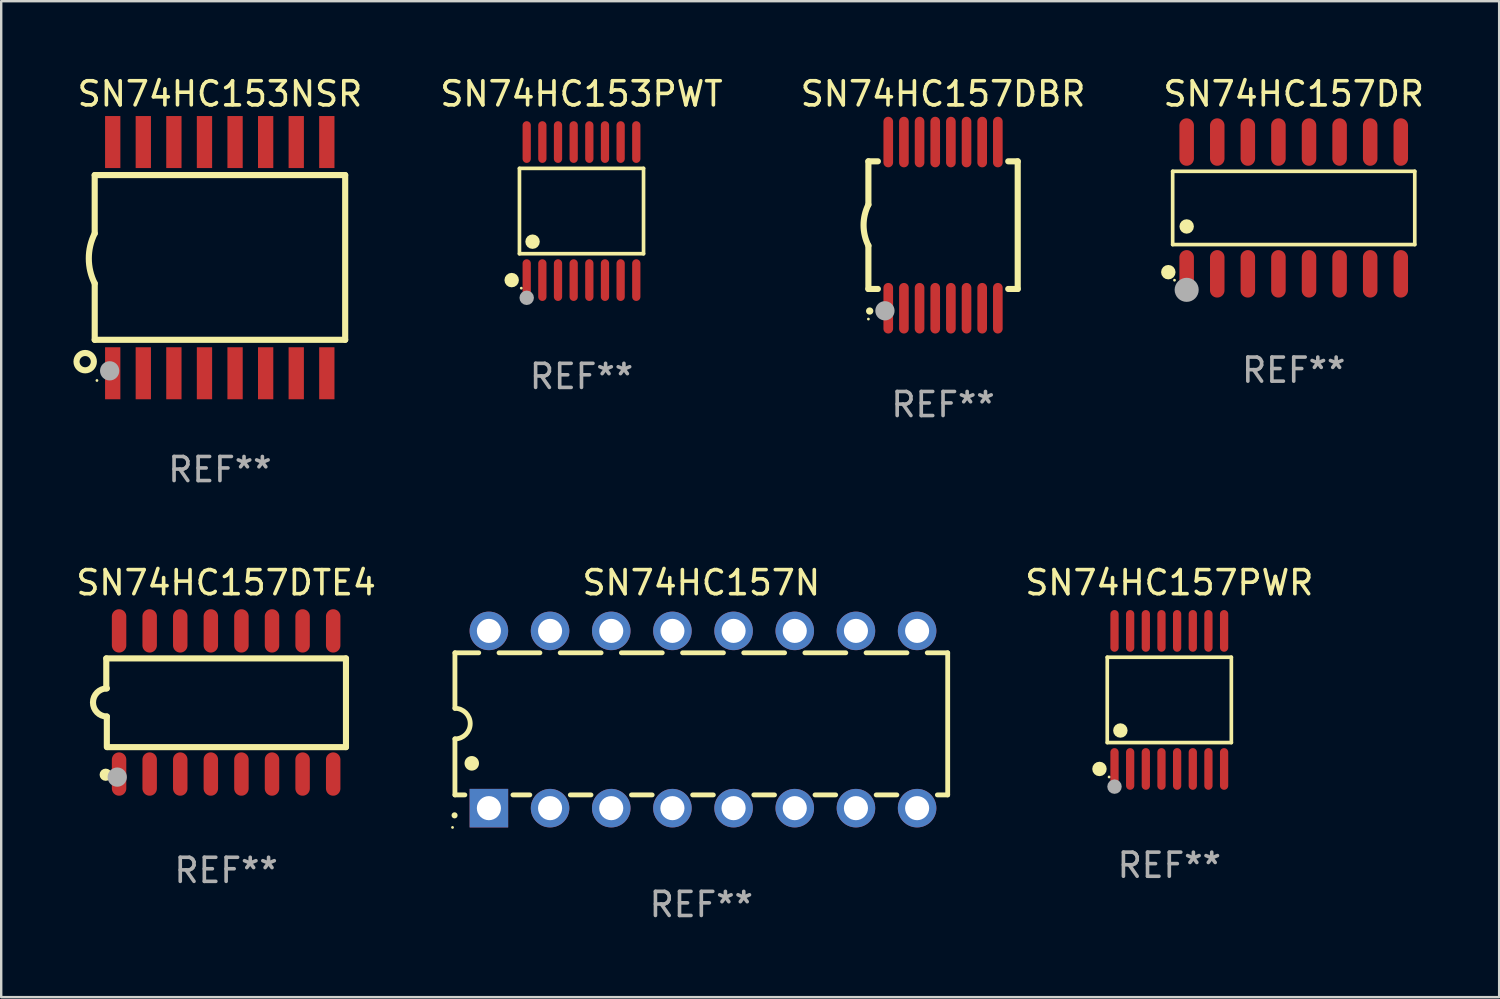
<source format=kicad_pcb>
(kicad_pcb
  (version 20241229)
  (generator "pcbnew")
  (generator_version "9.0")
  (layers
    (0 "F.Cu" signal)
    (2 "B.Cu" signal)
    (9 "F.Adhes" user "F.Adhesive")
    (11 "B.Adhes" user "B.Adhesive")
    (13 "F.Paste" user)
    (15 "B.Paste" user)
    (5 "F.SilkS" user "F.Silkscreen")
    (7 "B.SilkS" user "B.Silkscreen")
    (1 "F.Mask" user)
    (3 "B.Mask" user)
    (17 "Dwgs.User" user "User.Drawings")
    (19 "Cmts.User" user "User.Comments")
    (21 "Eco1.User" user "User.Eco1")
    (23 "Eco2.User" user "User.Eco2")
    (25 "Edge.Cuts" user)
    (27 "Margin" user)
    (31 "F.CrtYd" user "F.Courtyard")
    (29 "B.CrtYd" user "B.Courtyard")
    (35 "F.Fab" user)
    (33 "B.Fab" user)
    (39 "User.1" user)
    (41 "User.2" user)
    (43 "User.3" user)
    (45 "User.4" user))
  (footprint "SN74HC157DTE4"
    (layer "F.Cu")
    (at 6.339 26.117)
    (property "Reference" "SN74HC157DTE4" (at 0 -4.972 0) (layer "F.SilkS") (effects (font (size 1 1) (thickness 0.15))))
    (attr through_hole)
    (fp_line (start -4.976 -1.829) (end -4.976 -0.584) (stroke (width 0.254) (type solid)) (layer "F.SilkS"))
    (fp_line (start -4.953 0.584) (end -4.953 1.854) (stroke (width 0.254) (type solid)) (layer "F.SilkS"))
    (fp_line (start -4.928 1.854) (end 4.976 1.854) (stroke (width 0.254) (type solid)) (layer "F.SilkS"))
    (fp_line (start 4.976 -1.829) (end -4.976 -1.829) (stroke (width 0.254) (type solid)) (layer "F.SilkS"))
    (fp_line (start 4.976 1.854) (end 4.976 -1.829) (stroke (width 0.254) (type solid)) (layer "F.SilkS"))
    (fp_arc (start -4.95301 0.584201) (mid -5.533866 -0.00152) (end -4.950088 -0.584329) (stroke (width 0.254001) (type solid)) (layer "F.SilkS"))
    (fp_circle (center -5 3) (end -4.873 3) (stroke (width 0.254) (type solid)) (fill no) (layer "F.SilkS"))
    (fp_circle (center -4.521 3.099) (end -4.321 3.099) (stroke (width 0.4) (type solid)) (fill no) (layer "F.Fab"))
    (fp_text user "REF**" (at 0 6.972 0) (layer "F.Fab") (effects (font (size 1 1) (thickness 0.15))))
    (pad "1" smd oval (at -4.445 2.972 180) (size 0.6 1.8) (layers "F.Cu" "F.Mask" "F.Paste"))
    (pad "2" smd oval (at -3.175 2.972 180) (size 0.6 1.8) (layers "F.Cu" "F.Mask" "F.Paste"))
    (pad "3" smd oval (at -1.905 2.972 180) (size 0.6 1.8) (layers "F.Cu" "F.Mask" "F.Paste"))
    (pad "4" smd oval (at -0.635 2.972 180) (size 0.6 1.8) (layers "F.Cu" "F.Mask" "F.Paste"))
    (pad "5" smd oval (at 0.635 2.972 180) (size 0.6 1.8) (layers "F.Cu" "F.Mask" "F.Paste"))
    (pad "6" smd oval (at 1.905 2.972 180) (size 0.6 1.8) (layers "F.Cu" "F.Mask" "F.Paste"))
    (pad "7" smd oval (at 3.175 2.972 180) (size 0.6 1.8) (layers "F.Cu" "F.Mask" "F.Paste"))
    (pad "8" smd oval (at 4.445 2.972 180) (size 0.6 1.8) (layers "F.Cu" "F.Mask" "F.Paste"))
    (pad "9" smd oval (at 4.445 -2.972 180) (size 0.6 1.8) (layers "F.Cu" "F.Mask" "F.Paste"))
    (pad "10" smd oval (at 3.175 -2.972 180) (size 0.6 1.8) (layers "F.Cu" "F.Mask" "F.Paste"))
    (pad "11" smd oval (at 1.905 -2.972 180) (size 0.6 1.8) (layers "F.Cu" "F.Mask" "F.Paste"))
    (pad "12" smd oval (at 0.635 -2.972 180) (size 0.6 1.8) (layers "F.Cu" "F.Mask" "F.Paste"))
    (pad "13" smd oval (at -0.635 -2.972 180) (size 0.6 1.8) (layers "F.Cu" "F.Mask" "F.Paste"))
    (pad "14" smd oval (at -1.905 -2.972 180) (size 0.6 1.8) (layers "F.Cu" "F.Mask" "F.Paste"))
    (pad "15" smd oval (at -3.175 -2.972 180) (size 0.6 1.8) (layers "F.Cu" "F.Mask" "F.Paste"))
    (pad "16" smd oval (at -4.445 -2.972 180) (size 0.6 1.8) (layers "F.Cu" "F.Mask" "F.Paste")))
  (footprint "SN74HC157PWR"
    (layer "F.Cu")
    (at 45.5 26.011)
    (property "Reference" "SN74HC157PWR" (at 0 -4.866 0) (layer "F.SilkS") (effects (font (size 1 1) (thickness 0.15))))
    (attr through_hole)
    (fp_line (start -2.576 -1.772) (end 2.576 -1.772) (stroke (width 0.152) (type solid)) (layer "F.SilkS"))
    (fp_line (start -2.576 1.771) (end -2.576 -1.772) (stroke (width 0.152) (type solid)) (layer "F.SilkS"))
    (fp_line (start 2.576 -1.772) (end 2.576 1.771) (stroke (width 0.152) (type solid)) (layer "F.SilkS"))
    (fp_line (start 2.576 1.771) (end -2.576 1.771) (stroke (width 0.152) (type solid)) (layer "F.SilkS"))
    (fp_circle (center -2.899 2.866) (end -2.749 2.866) (stroke (width 0.3) (type solid)) (fill no) (layer "F.SilkS"))
    (fp_circle (center -2.5 3.2) (end -2.47 3.2) (stroke (width 0.06) (type solid)) (fill no) (layer "F.SilkS"))
    (fp_circle (center -2.032 1.27) (end -1.882 1.27) (stroke (width 0.3) (type solid)) (fill no) (layer "F.SilkS"))
    (fp_circle (center -2.275 3.6) (end -2.125 3.6) (stroke (width 0.3) (type solid)) (fill no) (layer "F.Fab"))
    (fp_text user "REF**" (at 0 6.866 0) (layer "F.Fab") (effects (font (size 1 1) (thickness 0.15))))
    (pad "1" smd oval (at -2.275 2.866) (size 0.343 1.731) (layers "F.Cu" "F.Mask" "F.Paste"))
    (pad "2" smd oval (at -1.625 2.866) (size 0.343 1.731) (layers "F.Cu" "F.Mask" "F.Paste"))
    (pad "3" smd oval (at -0.975 2.866) (size 0.343 1.731) (layers "F.Cu" "F.Mask" "F.Paste"))
    (pad "4" smd oval (at -0.325 2.866) (size 0.343 1.731) (layers "F.Cu" "F.Mask" "F.Paste"))
    (pad "5" smd oval (at 0.325 2.866) (size 0.343 1.731) (layers "F.Cu" "F.Mask" "F.Paste"))
    (pad "6" smd oval (at 0.975 2.866) (size 0.343 1.731) (layers "F.Cu" "F.Mask" "F.Paste"))
    (pad "7" smd oval (at 1.625 2.866) (size 0.343 1.731) (layers "F.Cu" "F.Mask" "F.Paste"))
    (pad "8" smd oval (at 2.275 2.866) (size 0.343 1.731) (layers "F.Cu" "F.Mask" "F.Paste"))
    (pad "9" smd oval (at 2.275 -2.866) (size 0.343 1.731) (layers "F.Cu" "F.Mask" "F.Paste"))
    (pad "10" smd oval (at 1.625 -2.866) (size 0.343 1.731) (layers "F.Cu" "F.Mask" "F.Paste"))
    (pad "11" smd oval (at 0.975 -2.866) (size 0.343 1.731) (layers "F.Cu" "F.Mask" "F.Paste"))
    (pad "12" smd oval (at 0.325 -2.866) (size 0.343 1.731) (layers "F.Cu" "F.Mask" "F.Paste"))
    (pad "13" smd oval (at -0.325 -2.866) (size 0.343 1.731) (layers "F.Cu" "F.Mask" "F.Paste"))
    (pad "14" smd oval (at -0.975 -2.866) (size 0.343 1.731) (layers "F.Cu" "F.Mask" "F.Paste"))
    (pad "15" smd oval (at -1.625 -2.866) (size 0.343 1.731) (layers "F.Cu" "F.Mask" "F.Paste"))
    (pad "16" smd oval (at -2.275 -2.866) (size 0.343 1.731) (layers "F.Cu" "F.Mask" "F.Paste")))
  (footprint "SN74HC157DBR"
    (layer "F.Cu")
    (at 36.106 6.298)
    (property "Reference" "SN74HC157DBR" (at 0 -5.45 0) (layer "F.SilkS") (effects (font (size 1 1) (thickness 0.15))))
    (attr through_hole)
    (fp_line (start -3.1 -2.65) (end -3.1 -0.85) (stroke (width 0.254) (type solid)) (layer "F.SilkS"))
    (fp_line (start -3.1 -2.65) (end -2.706 -2.65) (stroke (width 0.254) (type solid)) (layer "F.SilkS"))
    (fp_line (start -3.1 2.65) (end -3.1 0.85) (stroke (width 0.254) (type solid)) (layer "F.SilkS"))
    (fp_line (start -3.1 2.65) (end -2.706 2.65) (stroke (width 0.254) (type solid)) (layer "F.SilkS"))
    (fp_line (start 2.706 -2.65) (end 3.1 -2.65) (stroke (width 0.254) (type solid)) (layer "F.SilkS"))
    (fp_line (start 2.706 2.65) (end 3.1 2.65) (stroke (width 0.254) (type solid)) (layer "F.SilkS"))
    (fp_line (start 3.1 -2.65) (end 3.1 2.65) (stroke (width 0.254) (type solid)) (layer "F.SilkS"))
    (fp_arc (start -3.098907 0.850902) (mid -3.300057 0.000523) (end -3.1 -0.850114) (stroke (width 0.254001) (type solid)) (layer "F.SilkS"))
    (fp_arc (start -3.048006 3.566066) (mid -3.046736 3.566061) (end -3.045466 3.566066) (stroke (width 0.3) (type solid)) (layer "F.SilkS"))
    (fp_circle (center -3.1 3.9) (end -3.07 3.9) (stroke (width 0.06) (type solid)) (fill no) (layer "F.SilkS"))
    (fp_circle (center -2.413 3.556) (end -2.213 3.556) (stroke (width 0.4) (type solid)) (fill no) (layer "F.Fab"))
    (fp_text user "REF**" (at 0 7.45 0) (layer "F.Fab") (effects (font (size 1 1) (thickness 0.15))))
    (pad "1" smd oval (at -2.275 3.45 180) (size 0.4 2.1) (layers "F.Cu" "F.Mask" "F.Paste"))
    (pad "2" smd oval (at -1.625 3.45 180) (size 0.4 2.1) (layers "F.Cu" "F.Mask" "F.Paste"))
    (pad "3" smd oval (at -0.975 3.45 180) (size 0.4 2.1) (layers "F.Cu" "F.Mask" "F.Paste"))
    (pad "4" smd oval (at -0.325 3.45 180) (size 0.4 2.1) (layers "F.Cu" "F.Mask" "F.Paste"))
    (pad "5" smd oval (at 0.325 3.45 180) (size 0.4 2.1) (layers "F.Cu" "F.Mask" "F.Paste"))
    (pad "6" smd oval (at 0.975 3.45 180) (size 0.4 2.1) (layers "F.Cu" "F.Mask" "F.Paste"))
    (pad "7" smd oval (at 1.625 3.45 180) (size 0.4 2.1) (layers "F.Cu" "F.Mask" "F.Paste"))
    (pad "8" smd oval (at 2.275 3.45 180) (size 0.4 2.1) (layers "F.Cu" "F.Mask" "F.Paste"))
    (pad "9" smd oval (at 2.275 -3.45 180) (size 0.4 2.1) (layers "F.Cu" "F.Mask" "F.Paste"))
    (pad "10" smd oval (at 1.625 -3.45 180) (size 0.4 2.1) (layers "F.Cu" "F.Mask" "F.Paste"))
    (pad "11" smd oval (at 0.975 -3.45 180) (size 0.4 2.1) (layers "F.Cu" "F.Mask" "F.Paste"))
    (pad "12" smd oval (at 0.325 -3.45 180) (size 0.4 2.1) (layers "F.Cu" "F.Mask" "F.Paste"))
    (pad "13" smd oval (at -0.325 -3.45 180) (size 0.4 2.1) (layers "F.Cu" "F.Mask" "F.Paste"))
    (pad "14" smd oval (at -0.975 -3.45 180) (size 0.4 2.1) (layers "F.Cu" "F.Mask" "F.Paste"))
    (pad "15" smd oval (at -1.625 -3.45 180) (size 0.4 2.1) (layers "F.Cu" "F.Mask" "F.Paste"))
    (pad "16" smd oval (at -2.275 -3.45 180) (size 0.4 2.1) (layers "F.Cu" "F.Mask" "F.Paste")))
  (footprint "SN74HC157N"
    (layer "F.Cu")
    (at 26.069 26.825)
    (property "Reference" "SN74HC157N" (at 0 -5.68 0) (layer "F.SilkS") (effects (font (size 1 1) (thickness 0.15))))
    (attr through_hole)
    (fp_line (start -10.23 -2.77) (end -10.23 -0.465) (stroke (width 0.2) (type solid)) (layer "F.SilkS"))
    (fp_line (start -10.23 -2.77) (end -9.241 -2.77) (stroke (width 0.2) (type solid)) (layer "F.SilkS"))
    (fp_line (start -10.23 3.13) (end -10.23 0.805) (stroke (width 0.2) (type solid)) (layer "F.SilkS"))
    (fp_line (start -10.23 3.13) (end -9.818 3.13) (stroke (width 0.2) (type solid)) (layer "F.SilkS"))
    (fp_line (start -8.399 -2.77) (end -6.701 -2.77) (stroke (width 0.2) (type solid)) (layer "F.SilkS"))
    (fp_line (start -7.822 3.13) (end -7.12 3.13) (stroke (width 0.2) (type solid)) (layer "F.SilkS"))
    (fp_line (start -5.859 -2.77) (end -4.161 -2.77) (stroke (width 0.2) (type solid)) (layer "F.SilkS"))
    (fp_line (start -5.44 3.13) (end -4.58 3.13) (stroke (width 0.2) (type solid)) (layer "F.SilkS"))
    (fp_line (start -3.319 -2.77) (end -1.621 -2.77) (stroke (width 0.2) (type solid)) (layer "F.SilkS"))
    (fp_line (start -2.9 3.13) (end -2.04 3.13) (stroke (width 0.2) (type solid)) (layer "F.SilkS"))
    (fp_line (start -0.779 -2.77) (end 0.919 -2.77) (stroke (width 0.2) (type solid)) (layer "F.SilkS"))
    (fp_line (start -0.36 3.13) (end 0.5 3.13) (stroke (width 0.2) (type solid)) (layer "F.SilkS"))
    (fp_line (start 1.761 -2.77) (end 3.459 -2.77) (stroke (width 0.2) (type solid)) (layer "F.SilkS"))
    (fp_line (start 2.18 3.13) (end 3.04 3.13) (stroke (width 0.2) (type solid)) (layer "F.SilkS"))
    (fp_line (start 4.301 -2.77) (end 5.999 -2.77) (stroke (width 0.2) (type solid)) (layer "F.SilkS"))
    (fp_line (start 4.72 3.13) (end 5.58 3.13) (stroke (width 0.2) (type solid)) (layer "F.SilkS"))
    (fp_line (start 6.841 -2.77) (end 8.539 -2.77) (stroke (width 0.2) (type solid)) (layer "F.SilkS"))
    (fp_line (start 7.26 3.13) (end 8.12 3.13) (stroke (width 0.2) (type solid)) (layer "F.SilkS"))
    (fp_line (start 9.381 -2.77) (end 10.23 -2.77) (stroke (width 0.2) (type solid)) (layer "F.SilkS"))
    (fp_line (start 10.23 -2.77) (end 10.23 3.13) (stroke (width 0.2) (type solid)) (layer "F.SilkS"))
    (fp_line (start 10.23 3.13) (end 9.8 3.13) (stroke (width 0.2) (type solid)) (layer "F.SilkS"))
    (fp_arc (start -10.244983 3.979934) (mid -10.24499 3.978664) (end -10.244983 3.977394) (stroke (width 0.25) (type solid)) (layer "F.SilkS"))
    (fp_arc (start -10.229743 -0.465076) (mid -9.594741 0.169926) (end -10.229743 0.804928) (stroke (width 0.2) (type solid)) (layer "F.SilkS"))
    (fp_arc (start -9.531242 1.82093) (mid -9.531253 1.81839) (end -9.531242 1.81585) (stroke (width 0.6) (type solid)) (layer "F.SilkS"))
    (fp_circle (center -10.33 4.48) (end -10.3 4.48) (stroke (width 0.06) (type solid)) (fill no) (layer "F.SilkS"))
    (fp_text user "REF**" (at 0 7.68 0) (layer "F.Fab") (effects (font (size 1 1) (thickness 0.15))))
    (pad "1" thru_hole rect (at -8.82 3.68) (size 1.6 1.6) (drill 1) (layers "*.Cu" "*.Mask"))
    (pad "2" thru_hole circle (at -6.28 3.68) (size 1.6 1.6) (drill 1) (layers "*.Cu" "*.Mask"))
    (pad "3" thru_hole circle (at -3.74 3.68) (size 1.6 1.6) (drill 1) (layers "*.Cu" "*.Mask"))
    (pad "4" thru_hole circle (at -1.2 3.68) (size 1.6 1.6) (drill 1) (layers "*.Cu" "*.Mask"))
    (pad "5" thru_hole circle (at 1.34 3.68) (size 1.6 1.6) (drill 1) (layers "*.Cu" "*.Mask"))
    (pad "6" thru_hole circle (at 3.88 3.68) (size 1.6 1.6) (drill 1) (layers "*.Cu" "*.Mask"))
    (pad "7" thru_hole circle (at 6.42 3.68) (size 1.6 1.6) (drill 1) (layers "*.Cu" "*.Mask"))
    (pad "8" thru_hole circle (at 8.96 3.68) (size 1.6 1.6) (drill 1) (layers "*.Cu" "*.Mask"))
    (pad "9" thru_hole circle (at 8.96 -3.68) (size 1.6 1.6) (drill 1) (layers "*.Cu" "*.Mask"))
    (pad "10" thru_hole circle (at 6.42 -3.68) (size 1.6 1.6) (drill 1) (layers "*.Cu" "*.Mask"))
    (pad "11" thru_hole circle (at 3.88 -3.68) (size 1.6 1.6) (drill 1) (layers "*.Cu" "*.Mask"))
    (pad "12" thru_hole circle (at 1.34 -3.68) (size 1.6 1.6) (drill 1) (layers "*.Cu" "*.Mask"))
    (pad "13" thru_hole circle (at -1.2 -3.68) (size 1.6 1.6) (drill 1) (layers "*.Cu" "*.Mask"))
    (pad "14" thru_hole circle (at -3.74 -3.68) (size 1.6 1.6) (drill 1) (layers "*.Cu" "*.Mask"))
    (pad "15" thru_hole circle (at -6.28 -3.68) (size 1.6 1.6) (drill 1) (layers "*.Cu" "*.Mask"))
    (pad "16" thru_hole circle (at -8.82 -3.68) (size 1.6 1.6) (drill 1) (layers "*.Cu" "*.Mask")))
  (footprint "SN74HC153NSR"
    (layer "F.Cu")
    (at 6.082 7.648)
    (property "Reference" "SN74HC153NSR" (at 0 -6.8 0) (layer "F.SilkS") (effects (font (size 1 1) (thickness 0.15))))
    (attr through_hole)
    (fp_line (start -5.2 -3.429) (end -5.2 -1.005) (stroke (width 0.254) (type solid)) (layer "F.SilkS"))
    (fp_line (start -5.2 -3.429) (end 5.2 -3.429) (stroke (width 0.254) (type solid)) (layer "F.SilkS"))
    (fp_line (start -5.2 3.411) (end 5.2 3.411) (stroke (width 0.254) (type solid)) (layer "F.SilkS"))
    (fp_line (start -5.199 1.071) (end -5.199 3.411) (stroke (width 0.254) (type solid)) (layer "F.SilkS"))
    (fp_line (start 5.2 -3.429) (end 5.2 3.411) (stroke (width 0.254) (type solid)) (layer "F.SilkS"))
    (fp_arc (start -5.199391 1.07079) (mid -5.444637 0.032863) (end -5.2 -1.005207) (stroke (width 0.254001) (type solid)) (layer "F.SilkS"))
    (fp_circle (center -5.595 4.318) (end -5.235 4.318) (stroke (width 0.254) (type solid)) (fill no) (layer "F.SilkS"))
    (fp_circle (center -5.107 5.1) (end -5.077 5.1) (stroke (width 0.06) (type solid)) (fill no) (layer "F.SilkS"))
    (fp_circle (center -4.579 4.699) (end -4.379 4.699) (stroke (width 0.4) (type solid)) (fill no) (layer "F.Fab"))
    (fp_text user "REF**" (at 0 8.8 0) (layer "F.Fab") (effects (font (size 1 1) (thickness 0.15))))
    (pad "1" smd rect (at -4.452 4.8) (size 0.635 2.16) (layers "F.Cu" "F.Mask" "F.Paste"))
    (pad "2" smd rect (at -3.182 4.8) (size 0.635 2.16) (layers "F.Cu" "F.Mask" "F.Paste"))
    (pad "3" smd rect (at -1.912 4.8) (size 0.635 2.16) (layers "F.Cu" "F.Mask" "F.Paste"))
    (pad "4" smd rect (at -0.642 4.8) (size 0.635 2.16) (layers "F.Cu" "F.Mask" "F.Paste"))
    (pad "5" smd rect (at 0.628 4.8) (size 0.635 2.16) (layers "F.Cu" "F.Mask" "F.Paste"))
    (pad "6" smd rect (at 1.898 4.8) (size 0.635 2.16) (layers "F.Cu" "F.Mask" "F.Paste"))
    (pad "7" smd rect (at 3.168 4.8) (size 0.635 2.16) (layers "F.Cu" "F.Mask" "F.Paste"))
    (pad "8" smd rect (at 4.438 4.8) (size 0.635 2.16) (layers "F.Cu" "F.Mask" "F.Paste"))
    (pad "9" smd rect (at 4.438 -4.8) (size 0.635 2.16) (layers "F.Cu" "F.Mask" "F.Paste"))
    (pad "10" smd rect (at 3.168 -4.8) (size 0.635 2.16) (layers "F.Cu" "F.Mask" "F.Paste"))
    (pad "11" smd rect (at 1.898 -4.8) (size 0.635 2.16) (layers "F.Cu" "F.Mask" "F.Paste"))
    (pad "12" smd rect (at 0.628 -4.8) (size 0.635 2.16) (layers "F.Cu" "F.Mask" "F.Paste"))
    (pad "13" smd rect (at -0.642 -4.8) (size 0.635 2.16) (layers "F.Cu" "F.Mask" "F.Paste"))
    (pad "14" smd rect (at -1.912 -4.8) (size 0.635 2.16) (layers "F.Cu" "F.Mask" "F.Paste"))
    (pad "15" smd rect (at -3.182 -4.8) (size 0.635 2.16) (layers "F.Cu" "F.Mask" "F.Paste"))
    (pad "16" smd rect (at -4.452 -4.8) (size 0.635 2.16) (layers "F.Cu" "F.Mask" "F.Paste")))
  (footprint "SN74HC153PWT"
    (layer "F.Cu")
    (at 21.094 5.714)
    (property "Reference" "SN74HC153PWT" (at 0 -4.866 0) (layer "F.SilkS") (effects (font (size 1 1) (thickness 0.15))))
    (attr through_hole)
    (fp_line (start -2.576 -1.772) (end 2.576 -1.772) (stroke (width 0.152) (type solid)) (layer "F.SilkS"))
    (fp_line (start -2.576 1.771) (end -2.576 -1.772) (stroke (width 0.152) (type solid)) (layer "F.SilkS"))
    (fp_line (start 2.576 -1.772) (end 2.576 1.771) (stroke (width 0.152) (type solid)) (layer "F.SilkS"))
    (fp_line (start 2.576 1.771) (end -2.576 1.771) (stroke (width 0.152) (type solid)) (layer "F.SilkS"))
    (fp_circle (center -2.899 2.866) (end -2.749 2.866) (stroke (width 0.3) (type solid)) (fill no) (layer "F.SilkS"))
    (fp_circle (center -2.5 3.2) (end -2.47 3.2) (stroke (width 0.06) (type solid)) (fill no) (layer "F.SilkS"))
    (fp_circle (center -2.032 1.27) (end -1.882 1.27) (stroke (width 0.3) (type solid)) (fill no) (layer "F.SilkS"))
    (fp_circle (center -2.275 3.6) (end -2.125 3.6) (stroke (width 0.3) (type solid)) (fill no) (layer "F.Fab"))
    (fp_text user "REF**" (at 0 6.866 0) (layer "F.Fab") (effects (font (size 1 1) (thickness 0.15))))
    (pad "1" smd oval (at -2.275 2.866) (size 0.343 1.731) (layers "F.Cu" "F.Mask" "F.Paste"))
    (pad "2" smd oval (at -1.625 2.866) (size 0.343 1.731) (layers "F.Cu" "F.Mask" "F.Paste"))
    (pad "3" smd oval (at -0.975 2.866) (size 0.343 1.731) (layers "F.Cu" "F.Mask" "F.Paste"))
    (pad "4" smd oval (at -0.325 2.866) (size 0.343 1.731) (layers "F.Cu" "F.Mask" "F.Paste"))
    (pad "5" smd oval (at 0.325 2.866) (size 0.343 1.731) (layers "F.Cu" "F.Mask" "F.Paste"))
    (pad "6" smd oval (at 0.975 2.866) (size 0.343 1.731) (layers "F.Cu" "F.Mask" "F.Paste"))
    (pad "7" smd oval (at 1.625 2.866) (size 0.343 1.731) (layers "F.Cu" "F.Mask" "F.Paste"))
    (pad "8" smd oval (at 2.275 2.866) (size 0.343 1.731) (layers "F.Cu" "F.Mask" "F.Paste"))
    (pad "9" smd oval (at 2.275 -2.866) (size 0.343 1.731) (layers "F.Cu" "F.Mask" "F.Paste"))
    (pad "10" smd oval (at 1.625 -2.866) (size 0.343 1.731) (layers "F.Cu" "F.Mask" "F.Paste"))
    (pad "11" smd oval (at 0.975 -2.866) (size 0.343 1.731) (layers "F.Cu" "F.Mask" "F.Paste"))
    (pad "12" smd oval (at 0.325 -2.866) (size 0.343 1.731) (layers "F.Cu" "F.Mask" "F.Paste"))
    (pad "13" smd oval (at -0.325 -2.866) (size 0.343 1.731) (layers "F.Cu" "F.Mask" "F.Paste"))
    (pad "14" smd oval (at -0.975 -2.866) (size 0.343 1.731) (layers "F.Cu" "F.Mask" "F.Paste"))
    (pad "15" smd oval (at -1.625 -2.866) (size 0.343 1.731) (layers "F.Cu" "F.Mask" "F.Paste"))
    (pad "16" smd oval (at -2.275 -2.866) (size 0.343 1.731) (layers "F.Cu" "F.Mask" "F.Paste")))
  (footprint "SN74HC157DR"
    (layer "F.Cu")
    (at 50.666 5.584)
    (property "Reference" "SN74HC157DR" (at 0 -4.736 0) (layer "F.SilkS") (effects (font (size 1 1) (thickness 0.15))))
    (attr through_hole)
    (fp_line (start -5.026 -1.521) (end 5.026 -1.521) (stroke (width 0.152) (type solid)) (layer "F.SilkS"))
    (fp_line (start -5.026 1.521) (end -5.026 -1.521) (stroke (width 0.152) (type solid)) (layer "F.SilkS"))
    (fp_line (start 5.026 -1.521) (end 5.026 1.521) (stroke (width 0.152) (type solid)) (layer "F.SilkS"))
    (fp_line (start 5.026 1.521) (end -5.026 1.521) (stroke (width 0.152) (type solid)) (layer "F.SilkS"))
    (fp_circle (center -5.207 2.667) (end -5.057 2.667) (stroke (width 0.3) (type solid)) (fill no) (layer "F.SilkS"))
    (fp_circle (center -4.95 3) (end -4.92 3) (stroke (width 0.06) (type solid)) (fill no) (layer "F.SilkS"))
    (fp_circle (center -4.445 0.769) (end -4.295 0.769) (stroke (width 0.3) (type solid)) (fill no) (layer "F.SilkS"))
    (fp_circle (center -4.445 3.4) (end -4.195 3.4) (stroke (width 0.5) (type solid)) (fill no) (layer "F.Fab"))
    (fp_text user "REF**" (at 0 6.736 0) (layer "F.Fab") (effects (font (size 1 1) (thickness 0.15))))
    (pad "1" smd oval (at -4.445 2.736) (size 0.602 1.971) (layers "F.Cu" "F.Mask" "F.Paste"))
    (pad "2" smd oval (at -3.175 2.736) (size 0.602 1.971) (layers "F.Cu" "F.Mask" "F.Paste"))
    (pad "3" smd oval (at -1.905 2.736) (size 0.602 1.971) (layers "F.Cu" "F.Mask" "F.Paste"))
    (pad "4" smd oval (at -0.635 2.736) (size 0.602 1.971) (layers "F.Cu" "F.Mask" "F.Paste"))
    (pad "5" smd oval (at 0.635 2.736) (size 0.602 1.971) (layers "F.Cu" "F.Mask" "F.Paste"))
    (pad "6" smd oval (at 1.905 2.736) (size 0.602 1.971) (layers "F.Cu" "F.Mask" "F.Paste"))
    (pad "7" smd oval (at 3.175 2.736) (size 0.602 1.971) (layers "F.Cu" "F.Mask" "F.Paste"))
    (pad "8" smd oval (at 4.445 2.736) (size 0.602 1.971) (layers "F.Cu" "F.Mask" "F.Paste"))
    (pad "9" smd oval (at 4.445 -2.736) (size 0.602 1.971) (layers "F.Cu" "F.Mask" "F.Paste"))
    (pad "10" smd oval (at 3.175 -2.736) (size 0.602 1.971) (layers "F.Cu" "F.Mask" "F.Paste"))
    (pad "11" smd oval (at 1.905 -2.736) (size 0.602 1.971) (layers "F.Cu" "F.Mask" "F.Paste"))
    (pad "12" smd oval (at 0.635 -2.736) (size 0.602 1.971) (layers "F.Cu" "F.Mask" "F.Paste"))
    (pad "13" smd oval (at -0.635 -2.736) (size 0.602 1.971) (layers "F.Cu" "F.Mask" "F.Paste"))
    (pad "14" smd oval (at -1.905 -2.736) (size 0.602 1.971) (layers "F.Cu" "F.Mask" "F.Paste"))
    (pad "15" smd oval (at -3.175 -2.736) (size 0.602 1.971) (layers "F.Cu" "F.Mask" "F.Paste"))
    (pad "16" smd oval (at -4.445 -2.736) (size 0.602 1.971) (layers "F.Cu" "F.Mask" "F.Paste")))
  (gr_rect
    (start -3 -3)
    (end 59.196 38.353)
    (stroke (width 0.1) (type default))
    (fill no)
    (layer "Edge.Cuts")))
</source>
